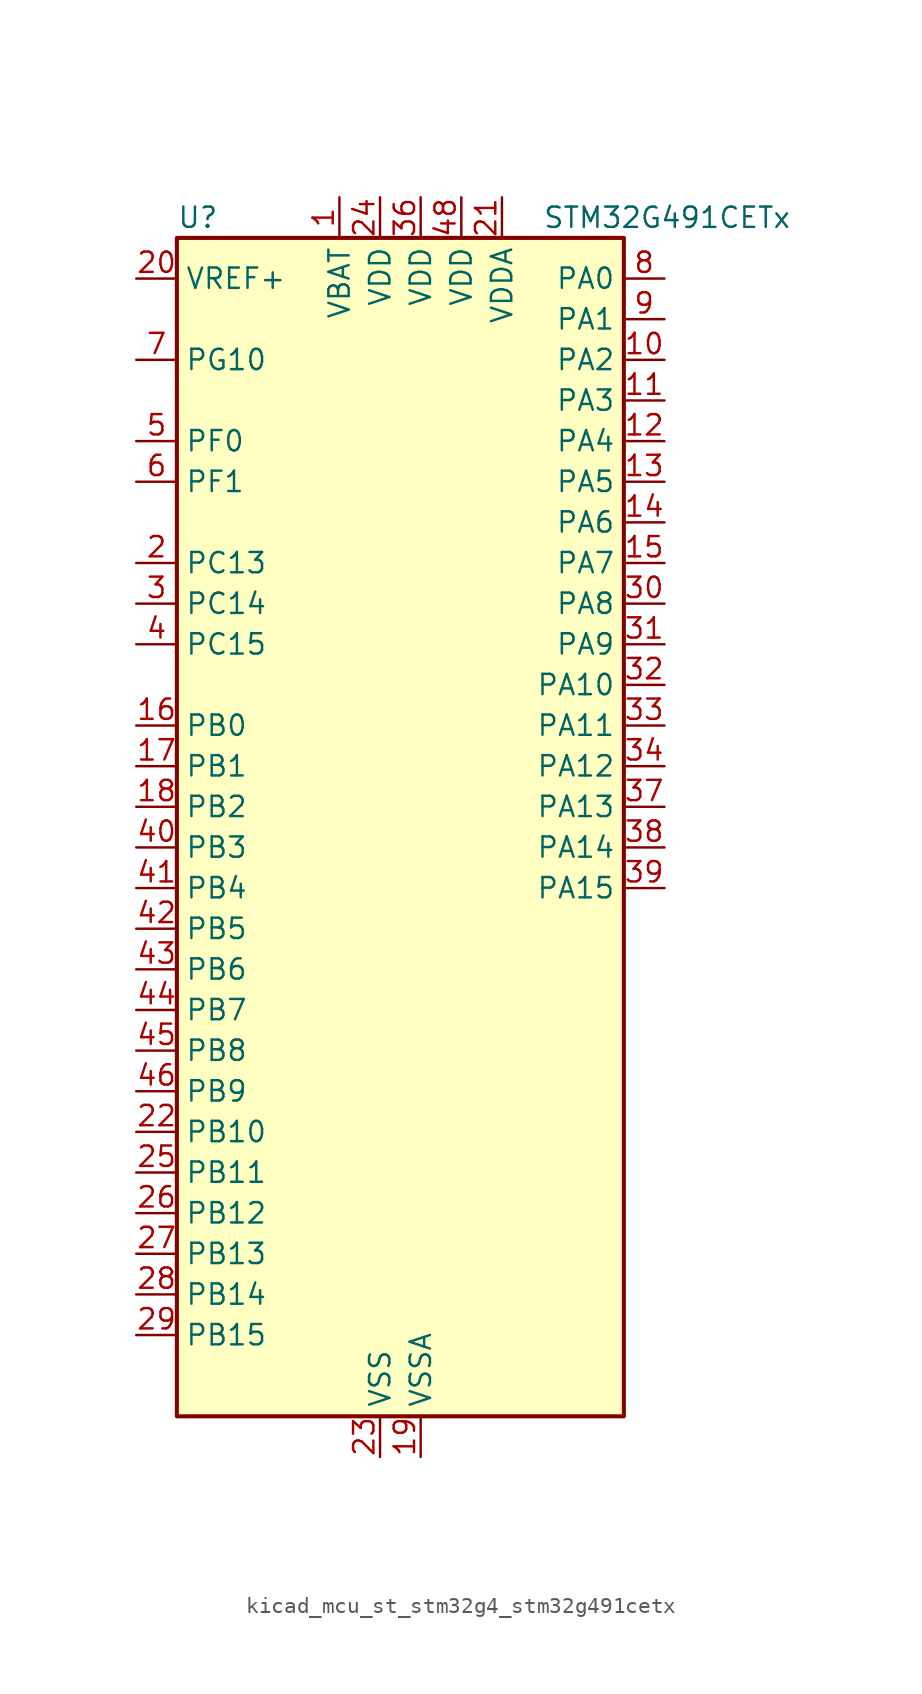
<source format=kicad_sym>
(kicad_symbol_lib
  (version 20220914)
  (generator kicad_symbol_editor)
  (symbol "kicad_mcu_st_stm32g4_stm32g491cetx"
    (property "Reference" "U"
      (at -12.7 39.37 0)
      (effects (font (size 1.27 1.27)) (justify left)))
    (property "Value" "STM32G491CETx"
      (at 10.16 39.37 0)
      (effects (font (size 1.27 1.27)) (justify left)))
    (property "ki_locked" ""
      (at 0 0 0)
      (effects (font (size 1.27 1.27))))
    (symbol "kicad_mcu_st_stm32g4_stm32g491cetx_0_1"
      (rectangle (start -12.7 -35.56) (end 15.24 38.1) (stroke (width 0.254) (type default)) (fill (type background))))
    (symbol "kicad_mcu_st_stm32g4_stm32g491cetx_1_1"
      (pin power_in line (at -2.54 40.64 270) (length 2.54) (name "VBAT" (effects (font (size 1.27 1.27)))) (number "1" (effects (font (size 1.27 1.27)))))
      (pin bidirectional line (at 17.78 30.48 180) (length 2.54) (name "PA2" (effects (font (size 1.27 1.27)))) (number "10" (effects (font (size 1.27 1.27)))) (alternate "ADC1_IN3" bidirectional line) (alternate "ADC3_EXTI2" bidirectional line) (alternate "COMP2_INM" bidirectional line) (alternate "COMP2_OUT" bidirectional line) (alternate "LPUART1_TX" bidirectional line) (alternate "OPAMP1_VOUT" bidirectional line) (alternate "QUADSPI1_BK1_NCS" bidirectional line) (alternate "RCC_LSCO" bidirectional line) (alternate "SYS_WKUP4" bidirectional line) (alternate "TIM15_CH1" bidirectional line) (alternate "TIM2_CH3" bidirectional line) (alternate "UCPD1_FRSTX1" bidirectional line) (alternate "UCPD1_FRSTX2" bidirectional line) (alternate "USART2_TX" bidirectional line))
      (pin bidirectional line (at 17.78 27.94 180) (length 2.54) (name "PA3" (effects (font (size 1.27 1.27)))) (number "11" (effects (font (size 1.27 1.27)))) (alternate "ADC1_IN4" bidirectional line) (alternate "ADC3_EXTI3" bidirectional line) (alternate "COMP2_INP" bidirectional line) (alternate "LPUART1_RX" bidirectional line) (alternate "OPAMP1_VINM" bidirectional line) (alternate "OPAMP1_VINM0" bidirectional line) (alternate "OPAMP1_VINM_SEC" bidirectional line) (alternate "OPAMP1_VINP" bidirectional line) (alternate "OPAMP1_VINP_SEC" bidirectional line) (alternate "QUADSPI1_CLK" bidirectional line) (alternate "SAI1_CK1" bidirectional line) (alternate "SAI1_MCLK_A" bidirectional line) (alternate "TIM15_CH2" bidirectional line) (alternate "TIM2_CH4" bidirectional line) (alternate "USART2_RX" bidirectional line))
      (pin bidirectional line (at 17.78 25.4 180) (length 2.54) (name "PA4" (effects (font (size 1.27 1.27)))) (number "12" (effects (font (size 1.27 1.27)))) (alternate "ADC2_IN17" bidirectional line) (alternate "COMP1_INM" bidirectional line) (alternate "DAC1_OUT1" bidirectional line) (alternate "I2S3_WS" bidirectional line) (alternate "SAI1_FS_B" bidirectional line) (alternate "SPI1_NSS" bidirectional line) (alternate "SPI3_NSS" bidirectional line) (alternate "TIM3_CH2" bidirectional line) (alternate "USART2_CK" bidirectional line))
      (pin bidirectional line (at 17.78 22.86 180) (length 2.54) (name "PA5" (effects (font (size 1.27 1.27)))) (number "13" (effects (font (size 1.27 1.27)))) (alternate "ADC2_IN13" bidirectional line) (alternate "COMP2_INM" bidirectional line) (alternate "DAC1_OUT2" bidirectional line) (alternate "OPAMP2_VINM" bidirectional line) (alternate "OPAMP2_VINM0" bidirectional line) (alternate "OPAMP2_VINM_SEC" bidirectional line) (alternate "SPI1_SCK" bidirectional line) (alternate "TIM2_CH1" bidirectional line) (alternate "TIM2_ETR" bidirectional line) (alternate "UCPD1_FRSTX1" bidirectional line) (alternate "UCPD1_FRSTX2" bidirectional line))
      (pin bidirectional line (at 17.78 20.32 180) (length 2.54) (name "PA6" (effects (font (size 1.27 1.27)))) (number "14" (effects (font (size 1.27 1.27)))) (alternate "ADC2_IN3" bidirectional line) (alternate "COMP1_OUT" bidirectional line) (alternate "LPUART1_CTS" bidirectional line) (alternate "OPAMP2_VOUT" bidirectional line) (alternate "QUADSPI1_BK1_IO3" bidirectional line) (alternate "SPI1_MISO" bidirectional line) (alternate "TIM16_CH1" bidirectional line) (alternate "TIM1_BKIN" bidirectional line) (alternate "TIM3_CH1" bidirectional line) (alternate "TIM8_BKIN" bidirectional line))
      (pin bidirectional line (at 17.78 17.78 180) (length 2.54) (name "PA7" (effects (font (size 1.27 1.27)))) (number "15" (effects (font (size 1.27 1.27)))) (alternate "ADC2_IN4" bidirectional line) (alternate "COMP2_INP" bidirectional line) (alternate "COMP2_OUT" bidirectional line) (alternate "OPAMP1_VINP" bidirectional line) (alternate "OPAMP1_VINP_SEC" bidirectional line) (alternate "OPAMP2_VINP" bidirectional line) (alternate "OPAMP2_VINP_SEC" bidirectional line) (alternate "QUADSPI1_BK1_IO2" bidirectional line) (alternate "SPI1_MOSI" bidirectional line) (alternate "TIM17_CH1" bidirectional line) (alternate "TIM1_CH1N" bidirectional line) (alternate "TIM3_CH2" bidirectional line) (alternate "TIM8_CH1N" bidirectional line) (alternate "UCPD1_FRSTX1" bidirectional line) (alternate "UCPD1_FRSTX2" bidirectional line))
      (pin bidirectional line (at -15.24 7.62 0) (length 2.54) (name "PB0" (effects (font (size 1.27 1.27)))) (number "16" (effects (font (size 1.27 1.27)))) (alternate "ADC1_IN15" bidirectional line) (alternate "ADC3_IN12" bidirectional line) (alternate "COMP4_INP" bidirectional line) (alternate "OPAMP2_VINP" bidirectional line) (alternate "OPAMP2_VINP_SEC" bidirectional line) (alternate "OPAMP3_VINP" bidirectional line) (alternate "OPAMP3_VINP_SEC" bidirectional line) (alternate "QUADSPI1_BK1_IO1" bidirectional line) (alternate "TIM1_CH2N" bidirectional line) (alternate "TIM3_CH3" bidirectional line) (alternate "TIM8_CH2N" bidirectional line) (alternate "UCPD1_FRSTX1" bidirectional line) (alternate "UCPD1_FRSTX2" bidirectional line))
      (pin bidirectional line (at -15.24 5.08 0) (length 2.54) (name "PB1" (effects (font (size 1.27 1.27)))) (number "17" (effects (font (size 1.27 1.27)))) (alternate "ADC1_IN12" bidirectional line) (alternate "ADC3_IN1" bidirectional line) (alternate "COMP1_INP" bidirectional line) (alternate "COMP4_OUT" bidirectional line) (alternate "LPUART1_DE" bidirectional line) (alternate "LPUART1_RTS" bidirectional line) (alternate "OPAMP3_VOUT" bidirectional line) (alternate "OPAMP6_VINM" bidirectional line) (alternate "OPAMP6_VINM1" bidirectional line) (alternate "OPAMP6_VINM_SEC" bidirectional line) (alternate "QUADSPI1_BK1_IO0" bidirectional line) (alternate "TIM1_CH3N" bidirectional line) (alternate "TIM3_CH4" bidirectional line) (alternate "TIM8_CH3N" bidirectional line))
      (pin bidirectional line (at -15.24 2.54 0) (length 2.54) (name "PB2" (effects (font (size 1.27 1.27)))) (number "18" (effects (font (size 1.27 1.27)))) (alternate "ADC2_IN12" bidirectional line) (alternate "ADC3_EXTI2" bidirectional line) (alternate "COMP4_INM" bidirectional line) (alternate "I2C3_SMBA" bidirectional line) (alternate "LPTIM1_OUT" bidirectional line) (alternate "OPAMP3_VINM" bidirectional line) (alternate "OPAMP3_VINM0" bidirectional line) (alternate "OPAMP3_VINM_SEC" bidirectional line) (alternate "QUADSPI1_BK2_IO1" bidirectional line) (alternate "RTC_OUT2" bidirectional line) (alternate "TIM20_CH1" bidirectional line))
      (pin power_in line (at 2.54 -38.1 90) (length 2.54) (name "VSSA" (effects (font (size 1.27 1.27)))) (number "19" (effects (font (size 1.27 1.27)))))
      (pin bidirectional line (at -15.24 17.78 0) (length 2.54) (name "PC13" (effects (font (size 1.27 1.27)))) (number "2" (effects (font (size 1.27 1.27)))) (alternate "RTC_OUT1" bidirectional line) (alternate "RTC_TAMP1" bidirectional line) (alternate "RTC_TS" bidirectional line) (alternate "SYS_WKUP2" bidirectional line) (alternate "TIM1_BKIN" bidirectional line) (alternate "TIM1_CH1N" bidirectional line) (alternate "TIM8_CH4N" bidirectional line))
      (pin input line (at -15.24 35.56 0) (length 2.54) (name "VREF+" (effects (font (size 1.27 1.27)))) (number "20" (effects (font (size 1.27 1.27)))) (alternate "VREFBUF_OUT" bidirectional line))
      (pin power_in line (at 7.62 40.64 270) (length 2.54) (name "VDDA" (effects (font (size 1.27 1.27)))) (number "21" (effects (font (size 1.27 1.27)))))
      (pin bidirectional line (at -15.24 -17.78 0) (length 2.54) (name "PB10" (effects (font (size 1.27 1.27)))) (number "22" (effects (font (size 1.27 1.27)))) (alternate "DAC1_EXTI10" bidirectional line) (alternate "DAC3_EXTI10" bidirectional line) (alternate "LPUART1_RX" bidirectional line) (alternate "OPAMP3_VINM" bidirectional line) (alternate "OPAMP3_VINM1" bidirectional line) (alternate "OPAMP3_VINM_SEC" bidirectional line) (alternate "QUADSPI1_CLK" bidirectional line) (alternate "SAI1_SCK_A" bidirectional line) (alternate "TIM1_BKIN" bidirectional line) (alternate "TIM2_CH3" bidirectional line) (alternate "USART3_TX" bidirectional line))
      (pin power_in line (at 0 -38.1 90) (length 2.54) (name "VSS" (effects (font (size 1.27 1.27)))) (number "23" (effects (font (size 1.27 1.27)))))
      (pin power_in line (at 0 40.64 270) (length 2.54) (name "VDD" (effects (font (size 1.27 1.27)))) (number "24" (effects (font (size 1.27 1.27)))))
      (pin bidirectional line (at -15.24 -20.32 0) (length 2.54) (name "PB11" (effects (font (size 1.27 1.27)))) (number "25" (effects (font (size 1.27 1.27)))) (alternate "ADC1_EXTI11" bidirectional line) (alternate "ADC1_IN14" bidirectional line) (alternate "ADC2_EXTI11" bidirectional line) (alternate "ADC2_IN14" bidirectional line) (alternate "LPUART1_TX" bidirectional line) (alternate "OPAMP6_VOUT" bidirectional line) (alternate "QUADSPI1_BK1_NCS" bidirectional line) (alternate "TIM2_CH4" bidirectional line) (alternate "USART3_RX" bidirectional line))
      (pin bidirectional line (at -15.24 -22.86 0) (length 2.54) (name "PB12" (effects (font (size 1.27 1.27)))) (number "26" (effects (font (size 1.27 1.27)))) (alternate "ADC1_IN11" bidirectional line) (alternate "FDCAN2_RX" bidirectional line) (alternate "I2C2_SMBA" bidirectional line) (alternate "I2S2_WS" bidirectional line) (alternate "LPUART1_DE" bidirectional line) (alternate "LPUART1_RTS" bidirectional line) (alternate "OPAMP6_VINP" bidirectional line) (alternate "OPAMP6_VINP_SEC" bidirectional line) (alternate "SPI2_NSS" bidirectional line) (alternate "TIM1_BKIN" bidirectional line) (alternate "USART3_CK" bidirectional line))
      (pin bidirectional line (at -15.24 -25.4 0) (length 2.54) (name "PB13" (effects (font (size 1.27 1.27)))) (number "27" (effects (font (size 1.27 1.27)))) (alternate "ADC3_IN5" bidirectional line) (alternate "FDCAN2_TX" bidirectional line) (alternate "I2S2_CK" bidirectional line) (alternate "LPUART1_CTS" bidirectional line) (alternate "OPAMP3_VINP" bidirectional line) (alternate "OPAMP3_VINP_SEC" bidirectional line) (alternate "OPAMP6_VINP" bidirectional line) (alternate "OPAMP6_VINP_SEC" bidirectional line) (alternate "SPI2_SCK" bidirectional line) (alternate "TIM1_CH1N" bidirectional line) (alternate "USART3_CTS" bidirectional line) (alternate "USART3_NSS" bidirectional line))
      (pin bidirectional line (at -15.24 -27.94 0) (length 2.54) (name "PB14" (effects (font (size 1.27 1.27)))) (number "28" (effects (font (size 1.27 1.27)))) (alternate "ADC1_IN5" bidirectional line) (alternate "COMP4_OUT" bidirectional line) (alternate "OPAMP2_VINP" bidirectional line) (alternate "OPAMP2_VINP_SEC" bidirectional line) (alternate "SPI2_MISO" bidirectional line) (alternate "TIM15_CH1" bidirectional line) (alternate "TIM1_CH2N" bidirectional line) (alternate "USART3_DE" bidirectional line) (alternate "USART3_RTS" bidirectional line))
      (pin bidirectional line (at -15.24 -30.48 0) (length 2.54) (name "PB15" (effects (font (size 1.27 1.27)))) (number "29" (effects (font (size 1.27 1.27)))) (alternate "ADC1_EXTI15" bidirectional line) (alternate "ADC2_EXTI15" bidirectional line) (alternate "ADC2_IN15" bidirectional line) (alternate "COMP3_OUT" bidirectional line) (alternate "I2S2_SD" bidirectional line) (alternate "RTC_REFIN" bidirectional line) (alternate "SPI2_MOSI" bidirectional line) (alternate "TIM15_CH1N" bidirectional line) (alternate "TIM15_CH2" bidirectional line) (alternate "TIM1_CH3N" bidirectional line))
      (pin bidirectional line (at -15.24 15.24 0) (length 2.54) (name "PC14" (effects (font (size 1.27 1.27)))) (number "3" (effects (font (size 1.27 1.27)))) (alternate "RCC_OSC32_IN" bidirectional line))
      (pin bidirectional line (at 17.78 15.24 180) (length 2.54) (name "PA8" (effects (font (size 1.27 1.27)))) (number "30" (effects (font (size 1.27 1.27)))) (alternate "I2C2_SDA" bidirectional line) (alternate "I2C3_SCL" bidirectional line) (alternate "I2S2_MCK" bidirectional line) (alternate "RCC_MCO" bidirectional line) (alternate "SAI1_CK2" bidirectional line) (alternate "SAI1_SCK_A" bidirectional line) (alternate "TIM1_CH1" bidirectional line) (alternate "TIM4_ETR" bidirectional line) (alternate "USART1_CK" bidirectional line))
      (pin bidirectional line (at 17.78 12.7 180) (length 2.54) (name "PA9" (effects (font (size 1.27 1.27)))) (number "31" (effects (font (size 1.27 1.27)))) (alternate "DAC1_EXTI9" bidirectional line) (alternate "DAC3_EXTI9" bidirectional line) (alternate "I2C2_SCL" bidirectional line) (alternate "I2C3_SMBA" bidirectional line) (alternate "I2S3_MCK" bidirectional line) (alternate "SAI1_FS_A" bidirectional line) (alternate "TIM15_BKIN" bidirectional line) (alternate "TIM1_CH2" bidirectional line) (alternate "TIM2_CH3" bidirectional line) (alternate "UCPD1_DBCC1" bidirectional line) (alternate "USART1_TX" bidirectional line))
      (pin bidirectional line (at 17.78 10.16 180) (length 2.54) (name "PA10" (effects (font (size 1.27 1.27)))) (number "32" (effects (font (size 1.27 1.27)))) (alternate "CRS_SYNC" bidirectional line) (alternate "DAC1_EXTI10" bidirectional line) (alternate "DAC3_EXTI10" bidirectional line) (alternate "I2C2_SMBA" bidirectional line) (alternate "SAI1_D1" bidirectional line) (alternate "SAI1_SD_A" bidirectional line) (alternate "SPI2_MISO" bidirectional line) (alternate "TIM17_BKIN" bidirectional line) (alternate "TIM1_CH3" bidirectional line) (alternate "TIM2_CH4" bidirectional line) (alternate "TIM8_BKIN" bidirectional line) (alternate "UCPD1_DBCC2" bidirectional line) (alternate "USART1_RX" bidirectional line))
      (pin bidirectional line (at 17.78 7.62 180) (length 2.54) (name "PA11" (effects (font (size 1.27 1.27)))) (number "33" (effects (font (size 1.27 1.27)))) (alternate "ADC1_EXTI11" bidirectional line) (alternate "ADC2_EXTI11" bidirectional line) (alternate "COMP1_OUT" bidirectional line) (alternate "FDCAN1_RX" bidirectional line) (alternate "I2S2_SD" bidirectional line) (alternate "SPI2_MOSI" bidirectional line) (alternate "TIM1_BKIN2" bidirectional line) (alternate "TIM1_CH1N" bidirectional line) (alternate "TIM1_CH4" bidirectional line) (alternate "TIM4_CH1" bidirectional line) (alternate "USART1_CTS" bidirectional line) (alternate "USART1_NSS" bidirectional line) (alternate "USB_DM" bidirectional line))
      (pin bidirectional line (at 17.78 5.08 180) (length 2.54) (name "PA12" (effects (font (size 1.27 1.27)))) (number "34" (effects (font (size 1.27 1.27)))) (alternate "COMP2_OUT" bidirectional line) (alternate "FDCAN1_TX" bidirectional line) (alternate "I2S_CKIN" bidirectional line) (alternate "TIM16_CH1" bidirectional line) (alternate "TIM1_CH2N" bidirectional line) (alternate "TIM1_ETR" bidirectional line) (alternate "TIM4_CH2" bidirectional line) (alternate "USART1_DE" bidirectional line) (alternate "USART1_RTS" bidirectional line) (alternate "USB_DP" bidirectional line))
      (pin passive line (at 0 -38.1 90) (length 2.54) hide (name "VSS" (effects (font (size 1.27 1.27)))) (number "35" (effects (font (size 1.27 1.27)))))
      (pin power_in line (at 2.54 40.64 270) (length 2.54) (name "VDD" (effects (font (size 1.27 1.27)))) (number "36" (effects (font (size 1.27 1.27)))))
      (pin bidirectional line (at 17.78 2.54 180) (length 2.54) (name "PA13" (effects (font (size 1.27 1.27)))) (number "37" (effects (font (size 1.27 1.27)))) (alternate "I2C1_SCL" bidirectional line) (alternate "IR_OUT" bidirectional line) (alternate "SAI1_SD_B" bidirectional line) (alternate "SYS_JTMS-SWDIO" bidirectional line) (alternate "TIM16_CH1N" bidirectional line) (alternate "TIM4_CH3" bidirectional line) (alternate "USART3_CTS" bidirectional line) (alternate "USART3_NSS" bidirectional line))
      (pin bidirectional line (at 17.78 0 180) (length 2.54) (name "PA14" (effects (font (size 1.27 1.27)))) (number "38" (effects (font (size 1.27 1.27)))) (alternate "I2C1_SDA" bidirectional line) (alternate "LPTIM1_OUT" bidirectional line) (alternate "SAI1_FS_B" bidirectional line) (alternate "SYS_JTCK-SWCLK" bidirectional line) (alternate "TIM1_BKIN" bidirectional line) (alternate "TIM8_CH2" bidirectional line) (alternate "USART2_TX" bidirectional line))
      (pin bidirectional line (at 17.78 -2.54 180) (length 2.54) (name "PA15" (effects (font (size 1.27 1.27)))) (number "39" (effects (font (size 1.27 1.27)))) (alternate "ADC1_EXTI15" bidirectional line) (alternate "ADC2_EXTI15" bidirectional line) (alternate "I2C1_SCL" bidirectional line) (alternate "I2S3_WS" bidirectional line) (alternate "SPI1_NSS" bidirectional line) (alternate "SPI3_NSS" bidirectional line) (alternate "SYS_JTDI" bidirectional line) (alternate "TIM1_BKIN" bidirectional line) (alternate "TIM20_ETR" bidirectional line) (alternate "TIM2_CH1" bidirectional line) (alternate "TIM2_ETR" bidirectional line) (alternate "TIM8_CH1" bidirectional line) (alternate "USART2_RX" bidirectional line))
      (pin bidirectional line (at -15.24 12.7 0) (length 2.54) (name "PC15" (effects (font (size 1.27 1.27)))) (number "4" (effects (font (size 1.27 1.27)))) (alternate "ADC1_EXTI15" bidirectional line) (alternate "ADC2_EXTI15" bidirectional line) (alternate "RCC_OSC32_OUT" bidirectional line))
      (pin bidirectional line (at -15.24 0 0) (length 2.54) (name "PB3" (effects (font (size 1.27 1.27)))) (number "40" (effects (font (size 1.27 1.27)))) (alternate "ADC3_EXTI3" bidirectional line) (alternate "CRS_SYNC" bidirectional line) (alternate "I2S3_CK" bidirectional line) (alternate "SAI1_SCK_B" bidirectional line) (alternate "SPI1_SCK" bidirectional line) (alternate "SPI3_SCK" bidirectional line) (alternate "SYS_JTDO-SWO" bidirectional line) (alternate "TIM2_CH2" bidirectional line) (alternate "TIM3_ETR" bidirectional line) (alternate "TIM4_ETR" bidirectional line) (alternate "TIM8_CH1N" bidirectional line) (alternate "USART2_TX" bidirectional line))
      (pin bidirectional line (at -15.24 -2.54 0) (length 2.54) (name "PB4" (effects (font (size 1.27 1.27)))) (number "41" (effects (font (size 1.27 1.27)))) (alternate "SAI1_MCLK_B" bidirectional line) (alternate "SPI1_MISO" bidirectional line) (alternate "SPI3_MISO" bidirectional line) (alternate "SYS_JTRST" bidirectional line) (alternate "TIM16_CH1" bidirectional line) (alternate "TIM17_BKIN" bidirectional line) (alternate "TIM3_CH1" bidirectional line) (alternate "TIM8_CH2N" bidirectional line) (alternate "UCPD1_CC2" bidirectional line) (alternate "USART2_RX" bidirectional line))
      (pin bidirectional line (at -15.24 -5.08 0) (length 2.54) (name "PB5" (effects (font (size 1.27 1.27)))) (number "42" (effects (font (size 1.27 1.27)))) (alternate "FDCAN2_RX" bidirectional line) (alternate "I2C1_SMBA" bidirectional line) (alternate "I2C3_SDA" bidirectional line) (alternate "I2S3_SD" bidirectional line) (alternate "LPTIM1_IN1" bidirectional line) (alternate "SAI1_SD_B" bidirectional line) (alternate "SPI1_MOSI" bidirectional line) (alternate "SPI3_MOSI" bidirectional line) (alternate "TIM16_BKIN" bidirectional line) (alternate "TIM17_CH1" bidirectional line) (alternate "TIM3_CH2" bidirectional line) (alternate "TIM8_CH3N" bidirectional line) (alternate "USART2_CK" bidirectional line))
      (pin bidirectional line (at -15.24 -7.62 0) (length 2.54) (name "PB6" (effects (font (size 1.27 1.27)))) (number "43" (effects (font (size 1.27 1.27)))) (alternate "COMP4_OUT" bidirectional line) (alternate "FDCAN2_TX" bidirectional line) (alternate "LPTIM1_ETR" bidirectional line) (alternate "SAI1_FS_B" bidirectional line) (alternate "TIM16_CH1N" bidirectional line) (alternate "TIM4_CH1" bidirectional line) (alternate "TIM8_BKIN2" bidirectional line) (alternate "TIM8_CH1" bidirectional line) (alternate "TIM8_ETR" bidirectional line) (alternate "UCPD1_CC1" bidirectional line) (alternate "USART1_TX" bidirectional line))
      (pin bidirectional line (at -15.24 -10.16 0) (length 2.54) (name "PB7" (effects (font (size 1.27 1.27)))) (number "44" (effects (font (size 1.27 1.27)))) (alternate "COMP3_OUT" bidirectional line) (alternate "I2C1_SDA" bidirectional line) (alternate "LPTIM1_IN2" bidirectional line) (alternate "SYS_PVD_IN" bidirectional line) (alternate "TIM17_CH1N" bidirectional line) (alternate "TIM3_CH4" bidirectional line) (alternate "TIM4_CH2" bidirectional line) (alternate "TIM8_BKIN" bidirectional line) (alternate "USART1_RX" bidirectional line))
      (pin bidirectional line (at -15.24 -12.7 0) (length 2.54) (name "PB8" (effects (font (size 1.27 1.27)))) (number "45" (effects (font (size 1.27 1.27)))) (alternate "COMP1_OUT" bidirectional line) (alternate "FDCAN1_RX" bidirectional line) (alternate "I2C1_SCL" bidirectional line) (alternate "SAI1_CK1" bidirectional line) (alternate "SAI1_MCLK_A" bidirectional line) (alternate "TIM16_CH1" bidirectional line) (alternate "TIM1_BKIN" bidirectional line) (alternate "TIM4_CH3" bidirectional line) (alternate "TIM8_CH2" bidirectional line) (alternate "USART3_RX" bidirectional line))
      (pin bidirectional line (at -15.24 -15.24 0) (length 2.54) (name "PB9" (effects (font (size 1.27 1.27)))) (number "46" (effects (font (size 1.27 1.27)))) (alternate "COMP2_OUT" bidirectional line) (alternate "DAC1_EXTI9" bidirectional line) (alternate "DAC3_EXTI9" bidirectional line) (alternate "FDCAN1_TX" bidirectional line) (alternate "I2C1_SDA" bidirectional line) (alternate "IR_OUT" bidirectional line) (alternate "SAI1_D2" bidirectional line) (alternate "SAI1_FS_A" bidirectional line) (alternate "TIM17_CH1" bidirectional line) (alternate "TIM1_CH3N" bidirectional line) (alternate "TIM4_CH4" bidirectional line) (alternate "TIM8_CH3" bidirectional line) (alternate "USART3_TX" bidirectional line))
      (pin passive line (at 0 -38.1 90) (length 2.54) hide (name "VSS" (effects (font (size 1.27 1.27)))) (number "47" (effects (font (size 1.27 1.27)))))
      (pin power_in line (at 5.08 40.64 270) (length 2.54) (name "VDD" (effects (font (size 1.27 1.27)))) (number "48" (effects (font (size 1.27 1.27)))))
      (pin bidirectional line (at -15.24 25.4 0) (length 2.54) (name "PF0" (effects (font (size 1.27 1.27)))) (number "5" (effects (font (size 1.27 1.27)))) (alternate "ADC1_IN10" bidirectional line) (alternate "I2C2_SDA" bidirectional line) (alternate "I2S2_WS" bidirectional line) (alternate "RCC_OSC_IN" bidirectional line) (alternate "SPI2_NSS" bidirectional line) (alternate "TIM1_CH3N" bidirectional line))
      (pin bidirectional line (at -15.24 22.86 0) (length 2.54) (name "PF1" (effects (font (size 1.27 1.27)))) (number "6" (effects (font (size 1.27 1.27)))) (alternate "ADC2_IN10" bidirectional line) (alternate "COMP3_INM" bidirectional line) (alternate "I2S2_CK" bidirectional line) (alternate "RCC_OSC_OUT" bidirectional line) (alternate "SPI2_SCK" bidirectional line))
      (pin bidirectional line (at -15.24 30.48 0) (length 2.54) (name "PG10" (effects (font (size 1.27 1.27)))) (number "7" (effects (font (size 1.27 1.27)))) (alternate "DAC1_EXTI10" bidirectional line) (alternate "DAC3_EXTI10" bidirectional line) (alternate "RCC_MCO" bidirectional line))
      (pin bidirectional line (at 17.78 35.56 180) (length 2.54) (name "PA0" (effects (font (size 1.27 1.27)))) (number "8" (effects (font (size 1.27 1.27)))) (alternate "ADC1_IN1" bidirectional line) (alternate "ADC2_IN1" bidirectional line) (alternate "COMP1_INM" bidirectional line) (alternate "COMP1_OUT" bidirectional line) (alternate "COMP3_INP" bidirectional line) (alternate "RTC_TAMP2" bidirectional line) (alternate "SYS_WKUP1" bidirectional line) (alternate "TIM2_CH1" bidirectional line) (alternate "TIM2_ETR" bidirectional line) (alternate "TIM8_BKIN" bidirectional line) (alternate "TIM8_ETR" bidirectional line) (alternate "USART2_CTS" bidirectional line) (alternate "USART2_NSS" bidirectional line))
      (pin bidirectional line (at 17.78 33.02 180) (length 2.54) (name "PA1" (effects (font (size 1.27 1.27)))) (number "9" (effects (font (size 1.27 1.27)))) (alternate "ADC1_IN2" bidirectional line) (alternate "ADC2_IN2" bidirectional line) (alternate "COMP1_INP" bidirectional line) (alternate "OPAMP1_VINP" bidirectional line) (alternate "OPAMP1_VINP_SEC" bidirectional line) (alternate "OPAMP3_VINP" bidirectional line) (alternate "OPAMP3_VINP_SEC" bidirectional line) (alternate "OPAMP6_VINM" bidirectional line) (alternate "OPAMP6_VINM0" bidirectional line) (alternate "OPAMP6_VINM_SEC" bidirectional line) (alternate "RTC_REFIN" bidirectional line) (alternate "TIM15_CH1N" bidirectional line) (alternate "TIM2_CH2" bidirectional line) (alternate "USART2_DE" bidirectional line) (alternate "USART2_RTS" bidirectional line)))))
</source>
